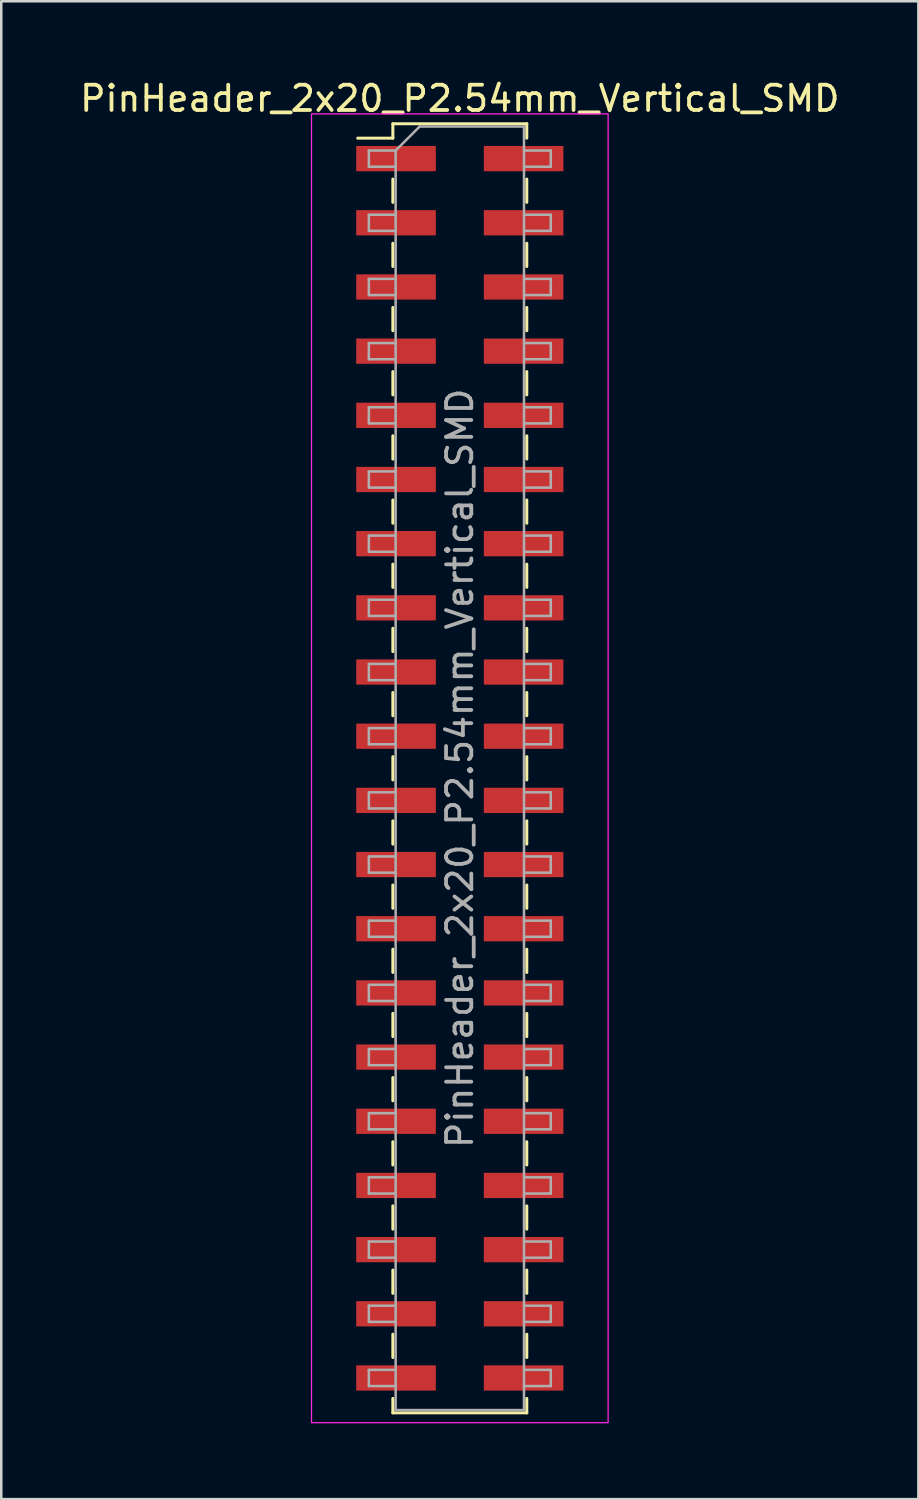
<source format=kicad_pcb>
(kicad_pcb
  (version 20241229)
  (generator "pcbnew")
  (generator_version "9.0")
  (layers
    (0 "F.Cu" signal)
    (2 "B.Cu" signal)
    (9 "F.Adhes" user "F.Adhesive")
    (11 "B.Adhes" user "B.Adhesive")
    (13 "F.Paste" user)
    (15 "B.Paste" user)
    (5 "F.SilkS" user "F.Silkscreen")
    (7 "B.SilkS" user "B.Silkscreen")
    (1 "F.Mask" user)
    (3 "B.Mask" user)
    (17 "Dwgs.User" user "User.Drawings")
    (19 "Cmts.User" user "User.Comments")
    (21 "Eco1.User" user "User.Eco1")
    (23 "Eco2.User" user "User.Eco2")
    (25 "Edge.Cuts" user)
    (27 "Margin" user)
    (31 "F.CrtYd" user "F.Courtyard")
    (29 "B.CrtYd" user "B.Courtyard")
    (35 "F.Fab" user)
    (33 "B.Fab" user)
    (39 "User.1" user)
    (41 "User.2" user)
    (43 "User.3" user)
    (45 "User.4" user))
  (footprint "PinHeader_2x20_P2.54mm_Vertical_SMD"
    (layer "F.Cu")
    (at 15.149 27.358)
    (property "Reference" "PinHeader_2x20_P2.54mm_Vertical_SMD" (at 0 -26.51 0) (layer "F.SilkS") (effects (font (size 1 1) (thickness 0.15))))
    (attr smd)
    (fp_line (start -4.04 -24.94) (end -2.65 -24.94) (stroke (width 0.12) (type solid)) (layer "F.SilkS"))
    (fp_line (start -2.65 -25.51) (end -2.65 -24.94) (stroke (width 0.12) (type solid)) (layer "F.SilkS"))
    (fp_line (start -2.65 -25.51) (end 2.65 -25.51) (stroke (width 0.12) (type solid)) (layer "F.SilkS"))
    (fp_line (start -2.65 -23.32) (end -2.65 -22.4) (stroke (width 0.12) (type solid)) (layer "F.SilkS"))
    (fp_line (start -2.65 -20.78) (end -2.65 -19.86) (stroke (width 0.12) (type solid)) (layer "F.SilkS"))
    (fp_line (start -2.65 -18.24) (end -2.65 -17.32) (stroke (width 0.12) (type solid)) (layer "F.SilkS"))
    (fp_line (start -2.65 -15.7) (end -2.65 -14.78) (stroke (width 0.12) (type solid)) (layer "F.SilkS"))
    (fp_line (start -2.65 -13.16) (end -2.65 -12.24) (stroke (width 0.12) (type solid)) (layer "F.SilkS"))
    (fp_line (start -2.65 -10.62) (end -2.65 -9.7) (stroke (width 0.12) (type solid)) (layer "F.SilkS"))
    (fp_line (start -2.65 -8.08) (end -2.65 -7.16) (stroke (width 0.12) (type solid)) (layer "F.SilkS"))
    (fp_line (start -2.65 -5.54) (end -2.65 -4.62) (stroke (width 0.12) (type solid)) (layer "F.SilkS"))
    (fp_line (start -2.65 -3) (end -2.65 -2.08) (stroke (width 0.12) (type solid)) (layer "F.SilkS"))
    (fp_line (start -2.65 -0.46) (end -2.65 0.46) (stroke (width 0.12) (type solid)) (layer "F.SilkS"))
    (fp_line (start -2.65 2.08) (end -2.65 3) (stroke (width 0.12) (type solid)) (layer "F.SilkS"))
    (fp_line (start -2.65 4.62) (end -2.65 5.54) (stroke (width 0.12) (type solid)) (layer "F.SilkS"))
    (fp_line (start -2.65 7.16) (end -2.65 8.08) (stroke (width 0.12) (type solid)) (layer "F.SilkS"))
    (fp_line (start -2.65 9.7) (end -2.65 10.62) (stroke (width 0.12) (type solid)) (layer "F.SilkS"))
    (fp_line (start -2.65 12.24) (end -2.65 13.16) (stroke (width 0.12) (type solid)) (layer "F.SilkS"))
    (fp_line (start -2.65 14.78) (end -2.65 15.7) (stroke (width 0.12) (type solid)) (layer "F.SilkS"))
    (fp_line (start -2.65 17.32) (end -2.65 18.24) (stroke (width 0.12) (type solid)) (layer "F.SilkS"))
    (fp_line (start -2.65 19.86) (end -2.65 20.78) (stroke (width 0.12) (type solid)) (layer "F.SilkS"))
    (fp_line (start -2.65 22.4) (end -2.65 23.32) (stroke (width 0.12) (type solid)) (layer "F.SilkS"))
    (fp_line (start -2.65 24.94) (end -2.65 25.51) (stroke (width 0.12) (type solid)) (layer "F.SilkS"))
    (fp_line (start -2.65 25.51) (end 2.65 25.51) (stroke (width 0.12) (type solid)) (layer "F.SilkS"))
    (fp_line (start 2.65 -25.51) (end 2.65 -24.94) (stroke (width 0.12) (type solid)) (layer "F.SilkS"))
    (fp_line (start 2.65 -23.32) (end 2.65 -22.4) (stroke (width 0.12) (type solid)) (layer "F.SilkS"))
    (fp_line (start 2.65 -20.78) (end 2.65 -19.86) (stroke (width 0.12) (type solid)) (layer "F.SilkS"))
    (fp_line (start 2.65 -18.24) (end 2.65 -17.32) (stroke (width 0.12) (type solid)) (layer "F.SilkS"))
    (fp_line (start 2.65 -15.7) (end 2.65 -14.78) (stroke (width 0.12) (type solid)) (layer "F.SilkS"))
    (fp_line (start 2.65 -13.16) (end 2.65 -12.24) (stroke (width 0.12) (type solid)) (layer "F.SilkS"))
    (fp_line (start 2.65 -10.62) (end 2.65 -9.7) (stroke (width 0.12) (type solid)) (layer "F.SilkS"))
    (fp_line (start 2.65 -8.08) (end 2.65 -7.16) (stroke (width 0.12) (type solid)) (layer "F.SilkS"))
    (fp_line (start 2.65 -5.54) (end 2.65 -4.62) (stroke (width 0.12) (type solid)) (layer "F.SilkS"))
    (fp_line (start 2.65 -3) (end 2.65 -2.08) (stroke (width 0.12) (type solid)) (layer "F.SilkS"))
    (fp_line (start 2.65 -0.46) (end 2.65 0.46) (stroke (width 0.12) (type solid)) (layer "F.SilkS"))
    (fp_line (start 2.65 2.08) (end 2.65 3) (stroke (width 0.12) (type solid)) (layer "F.SilkS"))
    (fp_line (start 2.65 4.62) (end 2.65 5.54) (stroke (width 0.12) (type solid)) (layer "F.SilkS"))
    (fp_line (start 2.65 7.16) (end 2.65 8.08) (stroke (width 0.12) (type solid)) (layer "F.SilkS"))
    (fp_line (start 2.65 9.7) (end 2.65 10.62) (stroke (width 0.12) (type solid)) (layer "F.SilkS"))
    (fp_line (start 2.65 12.24) (end 2.65 13.16) (stroke (width 0.12) (type solid)) (layer "F.SilkS"))
    (fp_line (start 2.65 14.78) (end 2.65 15.7) (stroke (width 0.12) (type solid)) (layer "F.SilkS"))
    (fp_line (start 2.65 17.32) (end 2.65 18.24) (stroke (width 0.12) (type solid)) (layer "F.SilkS"))
    (fp_line (start 2.65 19.86) (end 2.65 20.78) (stroke (width 0.12) (type solid)) (layer "F.SilkS"))
    (fp_line (start 2.65 22.4) (end 2.65 23.32) (stroke (width 0.12) (type solid)) (layer "F.SilkS"))
    (fp_line (start 2.65 24.94) (end 2.65 25.51) (stroke (width 0.12) (type solid)) (layer "F.SilkS"))
    (fp_rect (start -5.87 -25.9) (end 5.87 25.9) (stroke (width 0.05) (type solid)) (fill no) (layer "F.CrtYd"))
    (fp_line (start -3.6 -24.45) (end -3.6 -23.81) (stroke (width 0.1) (type solid)) (layer "F.Fab"))
    (fp_line (start -3.6 -23.81) (end -2.54 -23.81) (stroke (width 0.1) (type solid)) (layer "F.Fab"))
    (fp_line (start -3.6 -21.91) (end -3.6 -21.27) (stroke (width 0.1) (type solid)) (layer "F.Fab"))
    (fp_line (start -3.6 -21.27) (end -2.54 -21.27) (stroke (width 0.1) (type solid)) (layer "F.Fab"))
    (fp_line (start -3.6 -19.37) (end -3.6 -18.73) (stroke (width 0.1) (type solid)) (layer "F.Fab"))
    (fp_line (start -3.6 -18.73) (end -2.54 -18.73) (stroke (width 0.1) (type solid)) (layer "F.Fab"))
    (fp_line (start -3.6 -16.83) (end -3.6 -16.19) (stroke (width 0.1) (type solid)) (layer "F.Fab"))
    (fp_line (start -3.6 -16.19) (end -2.54 -16.19) (stroke (width 0.1) (type solid)) (layer "F.Fab"))
    (fp_line (start -3.6 -14.29) (end -3.6 -13.65) (stroke (width 0.1) (type solid)) (layer "F.Fab"))
    (fp_line (start -3.6 -13.65) (end -2.54 -13.65) (stroke (width 0.1) (type solid)) (layer "F.Fab"))
    (fp_line (start -3.6 -11.75) (end -3.6 -11.11) (stroke (width 0.1) (type solid)) (layer "F.Fab"))
    (fp_line (start -3.6 -11.11) (end -2.54 -11.11) (stroke (width 0.1) (type solid)) (layer "F.Fab"))
    (fp_line (start -3.6 -9.21) (end -3.6 -8.57) (stroke (width 0.1) (type solid)) (layer "F.Fab"))
    (fp_line (start -3.6 -8.57) (end -2.54 -8.57) (stroke (width 0.1) (type solid)) (layer "F.Fab"))
    (fp_line (start -3.6 -6.67) (end -3.6 -6.03) (stroke (width 0.1) (type solid)) (layer "F.Fab"))
    (fp_line (start -3.6 -6.03) (end -2.54 -6.03) (stroke (width 0.1) (type solid)) (layer "F.Fab"))
    (fp_line (start -3.6 -4.13) (end -3.6 -3.49) (stroke (width 0.1) (type solid)) (layer "F.Fab"))
    (fp_line (start -3.6 -3.49) (end -2.54 -3.49) (stroke (width 0.1) (type solid)) (layer "F.Fab"))
    (fp_line (start -3.6 -1.59) (end -3.6 -0.95) (stroke (width 0.1) (type solid)) (layer "F.Fab"))
    (fp_line (start -3.6 -0.95) (end -2.54 -0.95) (stroke (width 0.1) (type solid)) (layer "F.Fab"))
    (fp_line (start -3.6 0.95) (end -3.6 1.59) (stroke (width 0.1) (type solid)) (layer "F.Fab"))
    (fp_line (start -3.6 1.59) (end -2.54 1.59) (stroke (width 0.1) (type solid)) (layer "F.Fab"))
    (fp_line (start -3.6 3.49) (end -3.6 4.13) (stroke (width 0.1) (type solid)) (layer "F.Fab"))
    (fp_line (start -3.6 4.13) (end -2.54 4.13) (stroke (width 0.1) (type solid)) (layer "F.Fab"))
    (fp_line (start -3.6 6.03) (end -3.6 6.67) (stroke (width 0.1) (type solid)) (layer "F.Fab"))
    (fp_line (start -3.6 6.67) (end -2.54 6.67) (stroke (width 0.1) (type solid)) (layer "F.Fab"))
    (fp_line (start -3.6 8.57) (end -3.6 9.21) (stroke (width 0.1) (type solid)) (layer "F.Fab"))
    (fp_line (start -3.6 9.21) (end -2.54 9.21) (stroke (width 0.1) (type solid)) (layer "F.Fab"))
    (fp_line (start -3.6 11.11) (end -3.6 11.75) (stroke (width 0.1) (type solid)) (layer "F.Fab"))
    (fp_line (start -3.6 11.75) (end -2.54 11.75) (stroke (width 0.1) (type solid)) (layer "F.Fab"))
    (fp_line (start -3.6 13.65) (end -3.6 14.29) (stroke (width 0.1) (type solid)) (layer "F.Fab"))
    (fp_line (start -3.6 14.29) (end -2.54 14.29) (stroke (width 0.1) (type solid)) (layer "F.Fab"))
    (fp_line (start -3.6 16.19) (end -3.6 16.83) (stroke (width 0.1) (type solid)) (layer "F.Fab"))
    (fp_line (start -3.6 16.83) (end -2.54 16.83) (stroke (width 0.1) (type solid)) (layer "F.Fab"))
    (fp_line (start -3.6 18.73) (end -3.6 19.37) (stroke (width 0.1) (type solid)) (layer "F.Fab"))
    (fp_line (start -3.6 19.37) (end -2.54 19.37) (stroke (width 0.1) (type solid)) (layer "F.Fab"))
    (fp_line (start -3.6 21.27) (end -3.6 21.91) (stroke (width 0.1) (type solid)) (layer "F.Fab"))
    (fp_line (start -3.6 21.91) (end -2.54 21.91) (stroke (width 0.1) (type solid)) (layer "F.Fab"))
    (fp_line (start -3.6 23.81) (end -3.6 24.45) (stroke (width 0.1) (type solid)) (layer "F.Fab"))
    (fp_line (start -3.6 24.45) (end -2.54 24.45) (stroke (width 0.1) (type solid)) (layer "F.Fab"))
    (fp_line (start -2.54 -24.45) (end -3.6 -24.45) (stroke (width 0.1) (type solid)) (layer "F.Fab"))
    (fp_line (start -2.54 -24.45) (end -1.59 -25.4) (stroke (width 0.1) (type solid)) (layer "F.Fab"))
    (fp_line (start -2.54 -21.91) (end -3.6 -21.91) (stroke (width 0.1) (type solid)) (layer "F.Fab"))
    (fp_line (start -2.54 -19.37) (end -3.6 -19.37) (stroke (width 0.1) (type solid)) (layer "F.Fab"))
    (fp_line (start -2.54 -16.83) (end -3.6 -16.83) (stroke (width 0.1) (type solid)) (layer "F.Fab"))
    (fp_line (start -2.54 -14.29) (end -3.6 -14.29) (stroke (width 0.1) (type solid)) (layer "F.Fab"))
    (fp_line (start -2.54 -11.75) (end -3.6 -11.75) (stroke (width 0.1) (type solid)) (layer "F.Fab"))
    (fp_line (start -2.54 -9.21) (end -3.6 -9.21) (stroke (width 0.1) (type solid)) (layer "F.Fab"))
    (fp_line (start -2.54 -6.67) (end -3.6 -6.67) (stroke (width 0.1) (type solid)) (layer "F.Fab"))
    (fp_line (start -2.54 -4.13) (end -3.6 -4.13) (stroke (width 0.1) (type solid)) (layer "F.Fab"))
    (fp_line (start -2.54 -1.59) (end -3.6 -1.59) (stroke (width 0.1) (type solid)) (layer "F.Fab"))
    (fp_line (start -2.54 0.95) (end -3.6 0.95) (stroke (width 0.1) (type solid)) (layer "F.Fab"))
    (fp_line (start -2.54 3.49) (end -3.6 3.49) (stroke (width 0.1) (type solid)) (layer "F.Fab"))
    (fp_line (start -2.54 6.03) (end -3.6 6.03) (stroke (width 0.1) (type solid)) (layer "F.Fab"))
    (fp_line (start -2.54 8.57) (end -3.6 8.57) (stroke (width 0.1) (type solid)) (layer "F.Fab"))
    (fp_line (start -2.54 11.11) (end -3.6 11.11) (stroke (width 0.1) (type solid)) (layer "F.Fab"))
    (fp_line (start -2.54 13.65) (end -3.6 13.65) (stroke (width 0.1) (type solid)) (layer "F.Fab"))
    (fp_line (start -2.54 16.19) (end -3.6 16.19) (stroke (width 0.1) (type solid)) (layer "F.Fab"))
    (fp_line (start -2.54 18.73) (end -3.6 18.73) (stroke (width 0.1) (type solid)) (layer "F.Fab"))
    (fp_line (start -2.54 21.27) (end -3.6 21.27) (stroke (width 0.1) (type solid)) (layer "F.Fab"))
    (fp_line (start -2.54 23.81) (end -3.6 23.81) (stroke (width 0.1) (type solid)) (layer "F.Fab"))
    (fp_line (start -2.54 25.4) (end -2.54 -24.45) (stroke (width 0.1) (type solid)) (layer "F.Fab"))
    (fp_line (start -1.59 -25.4) (end 2.54 -25.4) (stroke (width 0.1) (type solid)) (layer "F.Fab"))
    (fp_line (start 2.54 -25.4) (end 2.54 25.4) (stroke (width 0.1) (type solid)) (layer "F.Fab"))
    (fp_line (start 2.54 -24.45) (end 3.6 -24.45) (stroke (width 0.1) (type solid)) (layer "F.Fab"))
    (fp_line (start 2.54 -21.91) (end 3.6 -21.91) (stroke (width 0.1) (type solid)) (layer "F.Fab"))
    (fp_line (start 2.54 -19.37) (end 3.6 -19.37) (stroke (width 0.1) (type solid)) (layer "F.Fab"))
    (fp_line (start 2.54 -16.83) (end 3.6 -16.83) (stroke (width 0.1) (type solid)) (layer "F.Fab"))
    (fp_line (start 2.54 -14.29) (end 3.6 -14.29) (stroke (width 0.1) (type solid)) (layer "F.Fab"))
    (fp_line (start 2.54 -11.75) (end 3.6 -11.75) (stroke (width 0.1) (type solid)) (layer "F.Fab"))
    (fp_line (start 2.54 -9.21) (end 3.6 -9.21) (stroke (width 0.1) (type solid)) (layer "F.Fab"))
    (fp_line (start 2.54 -6.67) (end 3.6 -6.67) (stroke (width 0.1) (type solid)) (layer "F.Fab"))
    (fp_line (start 2.54 -4.13) (end 3.6 -4.13) (stroke (width 0.1) (type solid)) (layer "F.Fab"))
    (fp_line (start 2.54 -1.59) (end 3.6 -1.59) (stroke (width 0.1) (type solid)) (layer "F.Fab"))
    (fp_line (start 2.54 0.95) (end 3.6 0.95) (stroke (width 0.1) (type solid)) (layer "F.Fab"))
    (fp_line (start 2.54 3.49) (end 3.6 3.49) (stroke (width 0.1) (type solid)) (layer "F.Fab"))
    (fp_line (start 2.54 6.03) (end 3.6 6.03) (stroke (width 0.1) (type solid)) (layer "F.Fab"))
    (fp_line (start 2.54 8.57) (end 3.6 8.57) (stroke (width 0.1) (type solid)) (layer "F.Fab"))
    (fp_line (start 2.54 11.11) (end 3.6 11.11) (stroke (width 0.1) (type solid)) (layer "F.Fab"))
    (fp_line (start 2.54 13.65) (end 3.6 13.65) (stroke (width 0.1) (type solid)) (layer "F.Fab"))
    (fp_line (start 2.54 16.19) (end 3.6 16.19) (stroke (width 0.1) (type solid)) (layer "F.Fab"))
    (fp_line (start 2.54 18.73) (end 3.6 18.73) (stroke (width 0.1) (type solid)) (layer "F.Fab"))
    (fp_line (start 2.54 21.27) (end 3.6 21.27) (stroke (width 0.1) (type solid)) (layer "F.Fab"))
    (fp_line (start 2.54 23.81) (end 3.6 23.81) (stroke (width 0.1) (type solid)) (layer "F.Fab"))
    (fp_line (start 2.54 25.4) (end -2.54 25.4) (stroke (width 0.1) (type solid)) (layer "F.Fab"))
    (fp_line (start 3.6 -24.45) (end 3.6 -23.81) (stroke (width 0.1) (type solid)) (layer "F.Fab"))
    (fp_line (start 3.6 -23.81) (end 2.54 -23.81) (stroke (width 0.1) (type solid)) (layer "F.Fab"))
    (fp_line (start 3.6 -21.91) (end 3.6 -21.27) (stroke (width 0.1) (type solid)) (layer "F.Fab"))
    (fp_line (start 3.6 -21.27) (end 2.54 -21.27) (stroke (width 0.1) (type solid)) (layer "F.Fab"))
    (fp_line (start 3.6 -19.37) (end 3.6 -18.73) (stroke (width 0.1) (type solid)) (layer "F.Fab"))
    (fp_line (start 3.6 -18.73) (end 2.54 -18.73) (stroke (width 0.1) (type solid)) (layer "F.Fab"))
    (fp_line (start 3.6 -16.83) (end 3.6 -16.19) (stroke (width 0.1) (type solid)) (layer "F.Fab"))
    (fp_line (start 3.6 -16.19) (end 2.54 -16.19) (stroke (width 0.1) (type solid)) (layer "F.Fab"))
    (fp_line (start 3.6 -14.29) (end 3.6 -13.65) (stroke (width 0.1) (type solid)) (layer "F.Fab"))
    (fp_line (start 3.6 -13.65) (end 2.54 -13.65) (stroke (width 0.1) (type solid)) (layer "F.Fab"))
    (fp_line (start 3.6 -11.75) (end 3.6 -11.11) (stroke (width 0.1) (type solid)) (layer "F.Fab"))
    (fp_line (start 3.6 -11.11) (end 2.54 -11.11) (stroke (width 0.1) (type solid)) (layer "F.Fab"))
    (fp_line (start 3.6 -9.21) (end 3.6 -8.57) (stroke (width 0.1) (type solid)) (layer "F.Fab"))
    (fp_line (start 3.6 -8.57) (end 2.54 -8.57) (stroke (width 0.1) (type solid)) (layer "F.Fab"))
    (fp_line (start 3.6 -6.67) (end 3.6 -6.03) (stroke (width 0.1) (type solid)) (layer "F.Fab"))
    (fp_line (start 3.6 -6.03) (end 2.54 -6.03) (stroke (width 0.1) (type solid)) (layer "F.Fab"))
    (fp_line (start 3.6 -4.13) (end 3.6 -3.49) (stroke (width 0.1) (type solid)) (layer "F.Fab"))
    (fp_line (start 3.6 -3.49) (end 2.54 -3.49) (stroke (width 0.1) (type solid)) (layer "F.Fab"))
    (fp_line (start 3.6 -1.59) (end 3.6 -0.95) (stroke (width 0.1) (type solid)) (layer "F.Fab"))
    (fp_line (start 3.6 -0.95) (end 2.54 -0.95) (stroke (width 0.1) (type solid)) (layer "F.Fab"))
    (fp_line (start 3.6 0.95) (end 3.6 1.59) (stroke (width 0.1) (type solid)) (layer "F.Fab"))
    (fp_line (start 3.6 1.59) (end 2.54 1.59) (stroke (width 0.1) (type solid)) (layer "F.Fab"))
    (fp_line (start 3.6 3.49) (end 3.6 4.13) (stroke (width 0.1) (type solid)) (layer "F.Fab"))
    (fp_line (start 3.6 4.13) (end 2.54 4.13) (stroke (width 0.1) (type solid)) (layer "F.Fab"))
    (fp_line (start 3.6 6.03) (end 3.6 6.67) (stroke (width 0.1) (type solid)) (layer "F.Fab"))
    (fp_line (start 3.6 6.67) (end 2.54 6.67) (stroke (width 0.1) (type solid)) (layer "F.Fab"))
    (fp_line (start 3.6 8.57) (end 3.6 9.21) (stroke (width 0.1) (type solid)) (layer "F.Fab"))
    (fp_line (start 3.6 9.21) (end 2.54 9.21) (stroke (width 0.1) (type solid)) (layer "F.Fab"))
    (fp_line (start 3.6 11.11) (end 3.6 11.75) (stroke (width 0.1) (type solid)) (layer "F.Fab"))
    (fp_line (start 3.6 11.75) (end 2.54 11.75) (stroke (width 0.1) (type solid)) (layer "F.Fab"))
    (fp_line (start 3.6 13.65) (end 3.6 14.29) (stroke (width 0.1) (type solid)) (layer "F.Fab"))
    (fp_line (start 3.6 14.29) (end 2.54 14.29) (stroke (width 0.1) (type solid)) (layer "F.Fab"))
    (fp_line (start 3.6 16.19) (end 3.6 16.83) (stroke (width 0.1) (type solid)) (layer "F.Fab"))
    (fp_line (start 3.6 16.83) (end 2.54 16.83) (stroke (width 0.1) (type solid)) (layer "F.Fab"))
    (fp_line (start 3.6 18.73) (end 3.6 19.37) (stroke (width 0.1) (type solid)) (layer "F.Fab"))
    (fp_line (start 3.6 19.37) (end 2.54 19.37) (stroke (width 0.1) (type solid)) (layer "F.Fab"))
    (fp_line (start 3.6 21.27) (end 3.6 21.91) (stroke (width 0.1) (type solid)) (layer "F.Fab"))
    (fp_line (start 3.6 21.91) (end 2.54 21.91) (stroke (width 0.1) (type solid)) (layer "F.Fab"))
    (fp_line (start 3.6 23.81) (end 3.6 24.45) (stroke (width 0.1) (type solid)) (layer "F.Fab"))
    (fp_line (start 3.6 24.45) (end 2.54 24.45) (stroke (width 0.1) (type solid)) (layer "F.Fab"))
    (fp_text user "${REFERENCE}" (at 0 0 90) (layer "F.Fab") (effects (font (size 1 1) (thickness 0.15))))
    (pad "1" smd rect (at -2.525 -24.13) (size 3.15 1) (layers "F.Cu" "F.Mask" "F.Paste"))
    (pad "2" smd rect (at 2.525 -24.13) (size 3.15 1) (layers "F.Cu" "F.Mask" "F.Paste"))
    (pad "3" smd rect (at -2.525 -21.59) (size 3.15 1) (layers "F.Cu" "F.Mask" "F.Paste"))
    (pad "4" smd rect (at 2.525 -21.59) (size 3.15 1) (layers "F.Cu" "F.Mask" "F.Paste"))
    (pad "5" smd rect (at -2.525 -19.05) (size 3.15 1) (layers "F.Cu" "F.Mask" "F.Paste"))
    (pad "6" smd rect (at 2.525 -19.05) (size 3.15 1) (layers "F.Cu" "F.Mask" "F.Paste"))
    (pad "7" smd rect (at -2.525 -16.51) (size 3.15 1) (layers "F.Cu" "F.Mask" "F.Paste"))
    (pad "8" smd rect (at 2.525 -16.51) (size 3.15 1) (layers "F.Cu" "F.Mask" "F.Paste"))
    (pad "9" smd rect (at -2.525 -13.97) (size 3.15 1) (layers "F.Cu" "F.Mask" "F.Paste"))
    (pad "10" smd rect (at 2.525 -13.97) (size 3.15 1) (layers "F.Cu" "F.Mask" "F.Paste"))
    (pad "11" smd rect (at -2.525 -11.43) (size 3.15 1) (layers "F.Cu" "F.Mask" "F.Paste"))
    (pad "12" smd rect (at 2.525 -11.43) (size 3.15 1) (layers "F.Cu" "F.Mask" "F.Paste"))
    (pad "13" smd rect (at -2.525 -8.89) (size 3.15 1) (layers "F.Cu" "F.Mask" "F.Paste"))
    (pad "14" smd rect (at 2.525 -8.89) (size 3.15 1) (layers "F.Cu" "F.Mask" "F.Paste"))
    (pad "15" smd rect (at -2.525 -6.35) (size 3.15 1) (layers "F.Cu" "F.Mask" "F.Paste"))
    (pad "16" smd rect (at 2.525 -6.35) (size 3.15 1) (layers "F.Cu" "F.Mask" "F.Paste"))
    (pad "17" smd rect (at -2.525 -3.81) (size 3.15 1) (layers "F.Cu" "F.Mask" "F.Paste"))
    (pad "18" smd rect (at 2.525 -3.81) (size 3.15 1) (layers "F.Cu" "F.Mask" "F.Paste"))
    (pad "19" smd rect (at -2.525 -1.27) (size 3.15 1) (layers "F.Cu" "F.Mask" "F.Paste"))
    (pad "20" smd rect (at 2.525 -1.27) (size 3.15 1) (layers "F.Cu" "F.Mask" "F.Paste"))
    (pad "21" smd rect (at -2.525 1.27) (size 3.15 1) (layers "F.Cu" "F.Mask" "F.Paste"))
    (pad "22" smd rect (at 2.525 1.27) (size 3.15 1) (layers "F.Cu" "F.Mask" "F.Paste"))
    (pad "23" smd rect (at -2.525 3.81) (size 3.15 1) (layers "F.Cu" "F.Mask" "F.Paste"))
    (pad "24" smd rect (at 2.525 3.81) (size 3.15 1) (layers "F.Cu" "F.Mask" "F.Paste"))
    (pad "25" smd rect (at -2.525 6.35) (size 3.15 1) (layers "F.Cu" "F.Mask" "F.Paste"))
    (pad "26" smd rect (at 2.525 6.35) (size 3.15 1) (layers "F.Cu" "F.Mask" "F.Paste"))
    (pad "27" smd rect (at -2.525 8.89) (size 3.15 1) (layers "F.Cu" "F.Mask" "F.Paste"))
    (pad "28" smd rect (at 2.525 8.89) (size 3.15 1) (layers "F.Cu" "F.Mask" "F.Paste"))
    (pad "29" smd rect (at -2.525 11.43) (size 3.15 1) (layers "F.Cu" "F.Mask" "F.Paste"))
    (pad "30" smd rect (at 2.525 11.43) (size 3.15 1) (layers "F.Cu" "F.Mask" "F.Paste"))
    (pad "31" smd rect (at -2.525 13.97) (size 3.15 1) (layers "F.Cu" "F.Mask" "F.Paste"))
    (pad "32" smd rect (at 2.525 13.97) (size 3.15 1) (layers "F.Cu" "F.Mask" "F.Paste"))
    (pad "33" smd rect (at -2.525 16.51) (size 3.15 1) (layers "F.Cu" "F.Mask" "F.Paste"))
    (pad "34" smd rect (at 2.525 16.51) (size 3.15 1) (layers "F.Cu" "F.Mask" "F.Paste"))
    (pad "35" smd rect (at -2.525 19.05) (size 3.15 1) (layers "F.Cu" "F.Mask" "F.Paste"))
    (pad "36" smd rect (at 2.525 19.05) (size 3.15 1) (layers "F.Cu" "F.Mask" "F.Paste"))
    (pad "37" smd rect (at -2.525 21.59) (size 3.15 1) (layers "F.Cu" "F.Mask" "F.Paste"))
    (pad "38" smd rect (at 2.525 21.59) (size 3.15 1) (layers "F.Cu" "F.Mask" "F.Paste"))
    (pad "39" smd rect (at -2.525 24.13) (size 3.15 1) (layers "F.Cu" "F.Mask" "F.Paste"))
    (pad "40" smd rect (at 2.525 24.13) (size 3.15 1) (layers "F.Cu" "F.Mask" "F.Paste")))
  (gr_rect
    (start -3 -3)
    (end 33.298 56.283)
    (stroke (width 0.1) (type default))
    (fill no)
    (layer "Edge.Cuts")))
</source>
